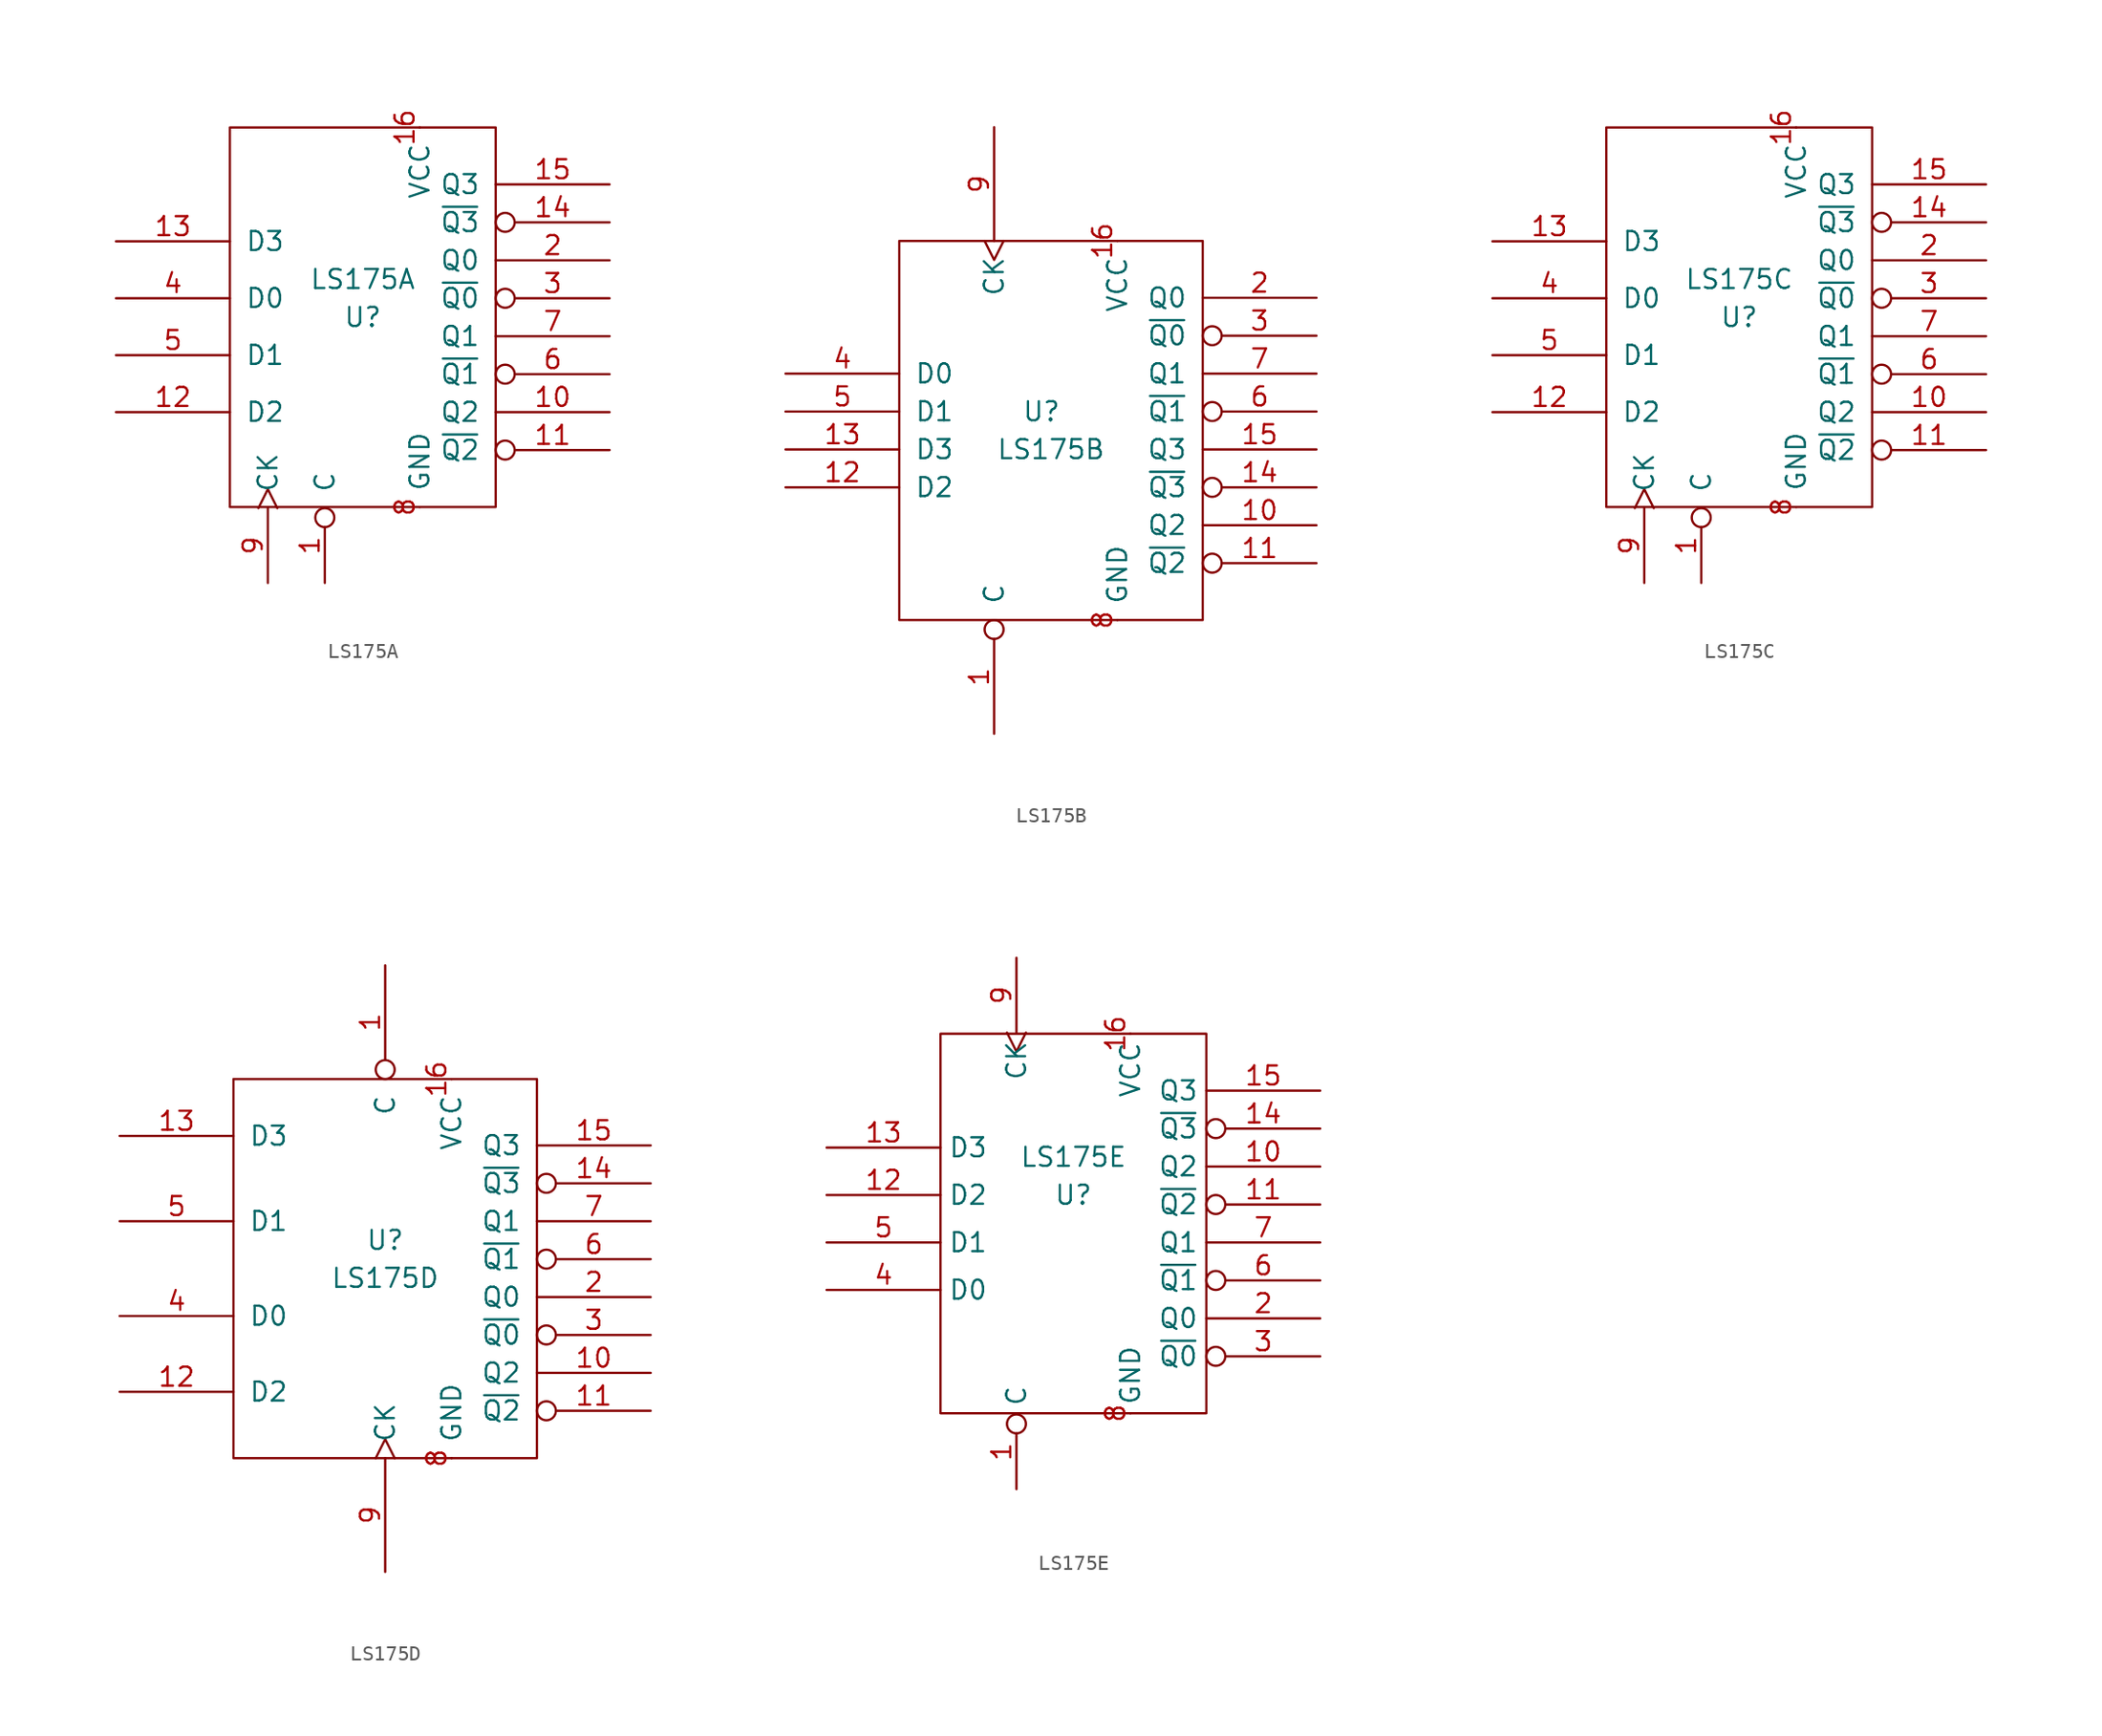
<source format=kicad_sym>
(kicad_symbol_lib
  (version 20211014)
  (generator kicad_symbol_editor)
  (symbol "LS175A"
    (pin_names
      (offset 1.016))
    (property "Reference" "U"
      (at 0 0 0)
      (effects (font (size 1.27 1.27))))
    (property "Value" "LS175A"
      (at 0 2.54 0)
      (effects (font (size 1.27 1.27))))
    (symbol "LS175A_1_1"
      (rectangle (start -8.89 12.7) (end 8.89 -12.7) (stroke (width 0) (type default) (color 0 0 0 0)) (fill (type none)))
      (pin input inverted (at -2.54 -17.78 90) (length 5.004) (name "C" (effects (font (size 1.27 1.27)))) (number "1" (effects (font (size 1.27 1.27)))))
      (pin output line (at 16.51 -6.35 180) (length 7.62) (name "Q2" (effects (font (size 1.27 1.27)))) (number "10" (effects (font (size 1.27 1.27)))))
      (pin output inverted (at 16.51 -8.89 180) (length 7.62) (name "~{Q2}" (effects (font (size 1.27 1.27)))) (number "11" (effects (font (size 1.27 1.27)))))
      (pin input line (at -16.51 -6.35 0) (length 7.62) (name "D2" (effects (font (size 1.27 1.27)))) (number "12" (effects (font (size 1.27 1.27)))))
      (pin input line (at -16.51 5.08 0) (length 7.62) (name "D3" (effects (font (size 1.27 1.27)))) (number "13" (effects (font (size 1.27 1.27)))))
      (pin output inverted (at 16.51 6.35 180) (length 7.62) (name "~{Q3}" (effects (font (size 1.27 1.27)))) (number "14" (effects (font (size 1.27 1.27)))))
      (pin output line (at 16.51 8.89 180) (length 7.62) (name "Q3" (effects (font (size 1.27 1.27)))) (number "15" (effects (font (size 1.27 1.27)))))
      (pin power_in line (at 3.81 12.7 270) (length 0) (name "VCC" (effects (font (size 1.27 1.27)))) (number "16" (effects (font (size 1.27 1.27)))))
      (pin output line (at 16.51 3.81 180) (length 7.62) (name "Q0" (effects (font (size 1.27 1.27)))) (number "2" (effects (font (size 1.27 1.27)))))
      (pin output inverted (at 16.51 1.27 180) (length 7.62) (name "~{Q0}" (effects (font (size 1.27 1.27)))) (number "3" (effects (font (size 1.27 1.27)))))
      (pin input line (at -16.51 1.27 0) (length 7.62) (name "D0" (effects (font (size 1.27 1.27)))) (number "4" (effects (font (size 1.27 1.27)))))
      (pin input line (at -16.51 -2.54 0) (length 7.62) (name "D1" (effects (font (size 1.27 1.27)))) (number "5" (effects (font (size 1.27 1.27)))))
      (pin output inverted (at 16.51 -3.81 180) (length 7.62) (name "~{Q1}" (effects (font (size 1.27 1.27)))) (number "6" (effects (font (size 1.27 1.27)))))
      (pin output line (at 16.51 -1.27 180) (length 7.62) (name "Q1" (effects (font (size 1.27 1.27)))) (number "7" (effects (font (size 1.27 1.27)))))
      (pin power_in line (at 3.81 -12.7 90) (length 0) (name "GND" (effects (font (size 1.27 1.27)))) (number "8" (effects (font (size 1.27 1.27)))))
      (pin input clock (at -6.35 -17.78 90) (length 5.004) (name "CK" (effects (font (size 1.27 1.27)))) (number "9" (effects (font (size 1.27 1.27)))))))
  (symbol "LS175B"
    (pin_names
      (offset 1.016))
    (property "Reference" "U"
      (at -0.635 1.27 0)
      (effects (font (size 1.27 1.27))))
    (property "Value" "LS175B"
      (at 0 -1.27 0)
      (effects (font (size 1.27 1.27))))
    (symbol "LS175B_0_0"
      (pin power_in line (at 4.445 12.7 270) (length 0) (name "VCC" (effects (font (size 1.27 1.27)))) (number "16" (effects (font (size 1.27 1.27)))))
      (pin power_in line (at 4.445 -12.7 90) (length 0) (name "GND" (effects (font (size 1.27 1.27)))) (number "8" (effects (font (size 1.27 1.27))))))
    (symbol "LS175B_0_1"
      (rectangle (start -10.16 12.7) (end 10.16 -12.7) (stroke (width 0) (type default) (color 0 0 0 0)) (fill (type none))))
    (symbol "LS175B_1_1"
      (pin input inverted (at -3.81 -20.32 90) (length 7.62) (name "C" (effects (font (size 1.27 1.27)))) (number "1" (effects (font (size 1.27 1.27)))))
      (pin output line (at 17.78 -6.35 180) (length 7.62) (name "Q2" (effects (font (size 1.27 1.27)))) (number "10" (effects (font (size 1.27 1.27)))))
      (pin output inverted (at 17.78 -8.89 180) (length 7.62) (name "~{Q2}" (effects (font (size 1.27 1.27)))) (number "11" (effects (font (size 1.27 1.27)))))
      (pin input line (at -17.78 -3.81 0) (length 7.62) (name "D2" (effects (font (size 1.27 1.27)))) (number "12" (effects (font (size 1.27 1.27)))))
      (pin input line (at -17.78 -1.27 0) (length 7.62) (name "D3" (effects (font (size 1.27 1.27)))) (number "13" (effects (font (size 1.27 1.27)))))
      (pin output inverted (at 17.78 -3.81 180) (length 7.62) (name "~{Q3}" (effects (font (size 1.27 1.27)))) (number "14" (effects (font (size 1.27 1.27)))))
      (pin output line (at 17.78 -1.27 180) (length 7.62) (name "Q3" (effects (font (size 1.27 1.27)))) (number "15" (effects (font (size 1.27 1.27)))))
      (pin output line (at 17.78 8.89 180) (length 7.62) (name "Q0" (effects (font (size 1.27 1.27)))) (number "2" (effects (font (size 1.27 1.27)))))
      (pin output inverted (at 17.78 6.35 180) (length 7.62) (name "~{Q0}" (effects (font (size 1.27 1.27)))) (number "3" (effects (font (size 1.27 1.27)))))
      (pin input line (at -17.78 3.81 0) (length 7.62) (name "D0" (effects (font (size 1.27 1.27)))) (number "4" (effects (font (size 1.27 1.27)))))
      (pin input line (at -17.78 1.27 0) (length 7.62) (name "D1" (effects (font (size 1.27 1.27)))) (number "5" (effects (font (size 1.27 1.27)))))
      (pin output inverted (at 17.78 1.27 180) (length 7.62) (name "~{Q1}" (effects (font (size 1.27 1.27)))) (number "6" (effects (font (size 1.27 1.27)))))
      (pin output line (at 17.78 3.81 180) (length 7.62) (name "Q1" (effects (font (size 1.27 1.27)))) (number "7" (effects (font (size 1.27 1.27)))))
      (pin input clock (at -3.81 20.32 270) (length 7.62) (name "CK" (effects (font (size 1.27 1.27)))) (number "9" (effects (font (size 1.27 1.27)))))))
  (symbol "LS175C"
    (pin_names
      (offset 1.016))
    (property "Reference" "U"
      (at 0 0 0)
      (effects (font (size 1.27 1.27))))
    (property "Value" "LS175C"
      (at 0 2.54 0)
      (effects (font (size 1.27 1.27))))
    (symbol "LS175C_1_1"
      (rectangle (start -8.89 12.7) (end 8.89 -12.7) (stroke (width 0) (type default) (color 0 0 0 0)) (fill (type none)))
      (pin input inverted (at -2.54 -17.78 90) (length 5.004) (name "C" (effects (font (size 1.27 1.27)))) (number "1" (effects (font (size 1.27 1.27)))))
      (pin output line (at 16.51 -6.35 180) (length 7.62) (name "Q2" (effects (font (size 1.27 1.27)))) (number "10" (effects (font (size 1.27 1.27)))))
      (pin output inverted (at 16.51 -8.89 180) (length 7.62) (name "~{Q2}" (effects (font (size 1.27 1.27)))) (number "11" (effects (font (size 1.27 1.27)))))
      (pin input line (at -16.51 -6.35 0) (length 7.62) (name "D2" (effects (font (size 1.27 1.27)))) (number "12" (effects (font (size 1.27 1.27)))))
      (pin input line (at -16.51 5.08 0) (length 7.62) (name "D3" (effects (font (size 1.27 1.27)))) (number "13" (effects (font (size 1.27 1.27)))))
      (pin output inverted (at 16.51 6.35 180) (length 7.62) (name "~{Q3}" (effects (font (size 1.27 1.27)))) (number "14" (effects (font (size 1.27 1.27)))))
      (pin output line (at 16.51 8.89 180) (length 7.62) (name "Q3" (effects (font (size 1.27 1.27)))) (number "15" (effects (font (size 1.27 1.27)))))
      (pin power_in line (at 3.81 12.7 270) (length 0) (name "VCC" (effects (font (size 1.27 1.27)))) (number "16" (effects (font (size 1.27 1.27)))))
      (pin output line (at 16.51 3.81 180) (length 7.62) (name "Q0" (effects (font (size 1.27 1.27)))) (number "2" (effects (font (size 1.27 1.27)))))
      (pin output inverted (at 16.51 1.27 180) (length 7.62) (name "~{Q0}" (effects (font (size 1.27 1.27)))) (number "3" (effects (font (size 1.27 1.27)))))
      (pin input line (at -16.51 1.27 0) (length 7.62) (name "D0" (effects (font (size 1.27 1.27)))) (number "4" (effects (font (size 1.27 1.27)))))
      (pin input line (at -16.51 -2.54 0) (length 7.62) (name "D1" (effects (font (size 1.27 1.27)))) (number "5" (effects (font (size 1.27 1.27)))))
      (pin output inverted (at 16.51 -3.81 180) (length 7.62) (name "~{Q1}" (effects (font (size 1.27 1.27)))) (number "6" (effects (font (size 1.27 1.27)))))
      (pin output line (at 16.51 -1.27 180) (length 7.62) (name "Q1" (effects (font (size 1.27 1.27)))) (number "7" (effects (font (size 1.27 1.27)))))
      (pin power_in line (at 3.81 -12.7 90) (length 0) (name "GND" (effects (font (size 1.27 1.27)))) (number "8" (effects (font (size 1.27 1.27)))))
      (pin input clock (at -6.35 -17.78 90) (length 5.004) (name "CK" (effects (font (size 1.27 1.27)))) (number "9" (effects (font (size 1.27 1.27)))))))
  (symbol "LS175D"
    (pin_names
      (offset 1.016))
    (property "Reference" "U"
      (at 0 1.27 0)
      (effects (font (size 1.27 1.27))))
    (property "Value" "LS175D"
      (at 0 -1.27 0)
      (effects (font (size 1.27 1.27))))
    (symbol "LS175D_1_1"
      (rectangle (start -10.16 12.065) (end 10.16 -13.335) (stroke (width 0) (type default) (color 0 0 0 0)) (fill (type none)))
      (pin input inverted (at 0 19.685 270) (length 7.62) (name "C" (effects (font (size 1.27 1.27)))) (number "1" (effects (font (size 1.27 1.27)))))
      (pin output line (at 17.78 -7.62 180) (length 7.62) (name "Q2" (effects (font (size 1.27 1.27)))) (number "10" (effects (font (size 1.27 1.27)))))
      (pin output inverted (at 17.78 -10.16 180) (length 7.62) (name "~{Q2}" (effects (font (size 1.27 1.27)))) (number "11" (effects (font (size 1.27 1.27)))))
      (pin input line (at -17.78 -8.89 0) (length 7.62) (name "D2" (effects (font (size 1.27 1.27)))) (number "12" (effects (font (size 1.27 1.27)))))
      (pin input line (at -17.78 8.255 0) (length 7.62) (name "D3" (effects (font (size 1.27 1.27)))) (number "13" (effects (font (size 1.27 1.27)))))
      (pin output inverted (at 17.78 5.08 180) (length 7.62) (name "~{Q3}" (effects (font (size 1.27 1.27)))) (number "14" (effects (font (size 1.27 1.27)))))
      (pin output line (at 17.78 7.62 180) (length 7.62) (name "Q3" (effects (font (size 1.27 1.27)))) (number "15" (effects (font (size 1.27 1.27)))))
      (pin power_in line (at 4.445 12.065 270) (length 0) (name "VCC" (effects (font (size 1.27 1.27)))) (number "16" (effects (font (size 1.27 1.27)))))
      (pin output line (at 17.78 -2.54 180) (length 7.62) (name "Q0" (effects (font (size 1.27 1.27)))) (number "2" (effects (font (size 1.27 1.27)))))
      (pin output inverted (at 17.78 -5.08 180) (length 7.62) (name "~{Q0}" (effects (font (size 1.27 1.27)))) (number "3" (effects (font (size 1.27 1.27)))))
      (pin input line (at -17.78 -3.81 0) (length 7.62) (name "D0" (effects (font (size 1.27 1.27)))) (number "4" (effects (font (size 1.27 1.27)))))
      (pin input line (at -17.78 2.54 0) (length 7.62) (name "D1" (effects (font (size 1.27 1.27)))) (number "5" (effects (font (size 1.27 1.27)))))
      (pin output inverted (at 17.78 0 180) (length 7.62) (name "~{Q1}" (effects (font (size 1.27 1.27)))) (number "6" (effects (font (size 1.27 1.27)))))
      (pin output line (at 17.78 2.54 180) (length 7.62) (name "Q1" (effects (font (size 1.27 1.27)))) (number "7" (effects (font (size 1.27 1.27)))))
      (pin power_in line (at 4.445 -13.335 90) (length 0) (name "GND" (effects (font (size 1.27 1.27)))) (number "8" (effects (font (size 1.27 1.27)))))
      (pin input clock (at 0 -20.955 90) (length 7.62) (name "CK" (effects (font (size 1.27 1.27)))) (number "9" (effects (font (size 1.27 1.27)))))))
  (symbol "LS175E"
    (property "Reference" "U"
      (at 0 2.54 0)
      (effects (font (size 1.27 1.27))))
    (property "Value" "LS175E"
      (at 0 5.08 0)
      (effects (font (size 1.27 1.27))))
    (symbol "LS175E_1_1"
      (rectangle (start -8.89 13.335) (end 8.89 -12.065) (stroke (width 0) (type default) (color 0 0 0 0)) (fill (type none)))
      (pin input inverted (at -3.81 -17.145 90) (length 5.004) (name "C" (effects (font (size 1.27 1.27)))) (number "1" (effects (font (size 1.27 1.27)))))
      (pin output line (at 16.51 4.445 180) (length 7.62) (name "Q2" (effects (font (size 1.27 1.27)))) (number "10" (effects (font (size 1.27 1.27)))))
      (pin output inverted (at 16.51 1.905 180) (length 7.62) (name "~{Q2}" (effects (font (size 1.27 1.27)))) (number "11" (effects (font (size 1.27 1.27)))))
      (pin input line (at -16.51 2.54 0) (length 7.62) (name "D2" (effects (font (size 1.27 1.27)))) (number "12" (effects (font (size 1.27 1.27)))))
      (pin input line (at -16.51 5.715 0) (length 7.62) (name "D3" (effects (font (size 1.27 1.27)))) (number "13" (effects (font (size 1.27 1.27)))))
      (pin output inverted (at 16.51 6.985 180) (length 7.62) (name "~{Q3}" (effects (font (size 1.27 1.27)))) (number "14" (effects (font (size 1.27 1.27)))))
      (pin output line (at 16.51 9.525 180) (length 7.62) (name "Q3" (effects (font (size 1.27 1.27)))) (number "15" (effects (font (size 1.27 1.27)))))
      (pin power_in line (at 3.81 13.335 270) (length 0) (name "VCC" (effects (font (size 1.27 1.27)))) (number "16" (effects (font (size 1.27 1.27)))))
      (pin output line (at 16.51 -5.715 180) (length 7.62) (name "Q0" (effects (font (size 1.27 1.27)))) (number "2" (effects (font (size 1.27 1.27)))))
      (pin output inverted (at 16.51 -8.255 180) (length 7.62) (name "~{Q0}" (effects (font (size 1.27 1.27)))) (number "3" (effects (font (size 1.27 1.27)))))
      (pin input line (at -16.51 -3.81 0) (length 7.62) (name "D0" (effects (font (size 1.27 1.27)))) (number "4" (effects (font (size 1.27 1.27)))))
      (pin input line (at -16.51 -0.635 0) (length 7.62) (name "D1" (effects (font (size 1.27 1.27)))) (number "5" (effects (font (size 1.27 1.27)))))
      (pin output inverted (at 16.51 -3.175 180) (length 7.62) (name "~{Q1}" (effects (font (size 1.27 1.27)))) (number "6" (effects (font (size 1.27 1.27)))))
      (pin output line (at 16.51 -0.635 180) (length 7.62) (name "Q1" (effects (font (size 1.27 1.27)))) (number "7" (effects (font (size 1.27 1.27)))))
      (pin power_in line (at 3.81 -12.065 90) (length 0) (name "GND" (effects (font (size 1.27 1.27)))) (number "8" (effects (font (size 1.27 1.27)))))
      (pin input clock (at -3.81 18.415 270) (length 5.004) (name "CK" (effects (font (size 1.27 1.27)))) (number "9" (effects (font (size 1.27 1.27))))))))
</source>
